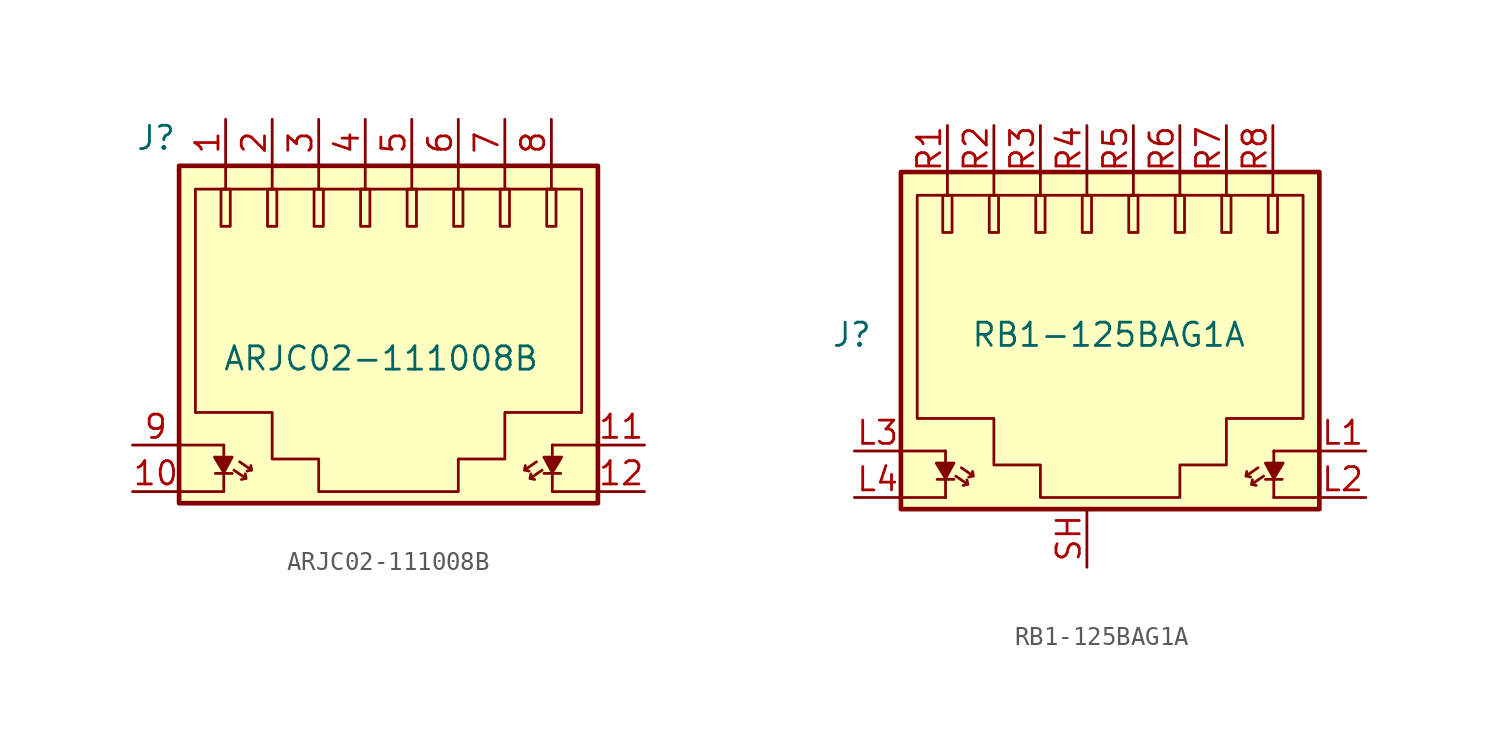
<source format=kicad_sym>
(kicad_symbol_lib
  (version 20220914)
  (generator kicad_symbol_editor)
  (symbol "ARJC02-111008B"
    (pin_names
      (offset 0.025))
    (property "Reference" "J"
      (at -10.287 9.144 0)
      (effects (font (size 1.27 1.27)) (justify right)))
    (property "Value" "ARJC02-111008B"
      (at 0.864 -2.896 0)
      (effects (font (size 1.27 1.27))))
    (symbol "ARJC02-111008B_0_1"
      (rectangle (start -10.16 7.62) (end 12.7 -10.795) (stroke (width 0.254) (type default)) (fill (type background)))
      (rectangle (start -7.874 6.35) (end -7.366 4.318) (stroke (width 0) (type default)) (fill (type none)))
      (rectangle (start -5.334 6.35) (end -4.826 4.318) (stroke (width 0) (type default)) (fill (type none)))
      (rectangle (start -2.794 6.35) (end -2.286 4.318) (stroke (width 0) (type default)) (fill (type none)))
      (rectangle (start -0.254 6.35) (end 0.254 4.318) (stroke (width 0) (type default)) (fill (type none)))
      (polyline (pts (xy -10.16 -10.16) (xy -7.722 -10.16)) (stroke (width 0) (type default)) (fill (type none)))
      (polyline (pts (xy -10.16 -7.62) (xy -7.722 -7.62)) (stroke (width 0) (type default)) (fill (type none)))
      (polyline (pts (xy -8.179 -9.169) (xy -7.264 -9.169)) (stroke (width 0) (type default)) (fill (type none)))
      (polyline (pts (xy -7.722 -9.22) (xy -7.722 -10.16)) (stroke (width 0) (type default)) (fill (type none)))
      (polyline (pts (xy -7.722 -8.28) (xy -7.722 -7.62)) (stroke (width 0) (type default)) (fill (type none)))
      (polyline (pts (xy -7.62 7.62) (xy -7.62 6.35)) (stroke (width 0) (type default)) (fill (type none)))
      (polyline (pts (xy -6.553 -9.449) (xy -6.756 -9.5)) (stroke (width 0) (type default)) (fill (type none)))
      (polyline (pts (xy -6.248 -8.992) (xy -6.452 -9.042)) (stroke (width 0) (type default)) (fill (type none)))
      (polyline (pts (xy -5.08 7.62) (xy -5.08 6.35)) (stroke (width 0) (type default)) (fill (type none)))
      (polyline (pts (xy -2.54 7.62) (xy -2.54 6.35)) (stroke (width 0) (type default)) (fill (type none)))
      (polyline (pts (xy 0 7.62) (xy 0 6.35)) (stroke (width 0) (type default)) (fill (type none)))
      (polyline (pts (xy 2.54 7.62) (xy 2.54 6.35)) (stroke (width 0) (type default)) (fill (type none)))
      (polyline (pts (xy 5.08 7.62) (xy 5.08 6.35)) (stroke (width 0) (type default)) (fill (type none)))
      (polyline (pts (xy 7.62 7.62) (xy 7.62 6.35)) (stroke (width 0) (type default)) (fill (type none)))
      (polyline (pts (xy 8.738 -8.992) (xy 8.941 -9.042)) (stroke (width 0) (type default)) (fill (type none)))
      (polyline (pts (xy 9.042 -9.449) (xy 9.246 -9.5)) (stroke (width 0) (type default)) (fill (type none)))
      (polyline (pts (xy 10.16 7.62) (xy 10.16 6.35)) (stroke (width 0) (type default)) (fill (type none)))
      (polyline (pts (xy 10.211 -9.22) (xy 10.211 -10.16)) (stroke (width 0) (type default)) (fill (type none)))
      (polyline (pts (xy 10.211 -8.28) (xy 10.211 -7.62)) (stroke (width 0) (type default)) (fill (type none)))
      (polyline (pts (xy 10.668 -9.169) (xy 9.754 -9.169)) (stroke (width 0) (type default)) (fill (type none)))
      (polyline (pts (xy 12.649 -10.16) (xy 10.211 -10.16)) (stroke (width 0) (type default)) (fill (type none)))
      (polyline (pts (xy 12.649 -7.62) (xy 10.211 -7.62)) (stroke (width 0) (type default)) (fill (type none)))
      (polyline (pts (xy -7.163 -8.992) (xy -6.502 -9.449) (xy -6.553 -9.195)) (stroke (width 0) (type default)) (fill (type none)))
      (polyline (pts (xy -6.858 -8.534) (xy -6.198 -8.992) (xy -6.248 -8.738)) (stroke (width 0) (type default)) (fill (type none)))
      (polyline (pts (xy 9.347 -8.534) (xy 8.687 -8.992) (xy 8.738 -8.738)) (stroke (width 0) (type default)) (fill (type none)))
      (polyline (pts (xy 9.652 -8.992) (xy 8.992 -9.449) (xy 9.042 -9.195)) (stroke (width 0) (type default)) (fill (type none)))
      (polyline (pts (xy -8.23 -8.28) (xy -7.264 -8.28) (xy -7.722 -9.119) (xy -8.23 -8.28)) (stroke (width 0) (type default)) (fill (type outline)))
      (polyline (pts (xy 10.719 -8.28) (xy 9.754 -8.28) (xy 10.211 -9.119) (xy 10.719 -8.28)) (stroke (width 0) (type default)) (fill (type outline)))
      (polyline (pts (xy -9.271 6.35) (xy 11.811 6.35) (xy 11.811 -5.842) (xy 7.62 -5.842) (xy 7.62 -8.382) (xy 5.08 -8.382) (xy 5.08 -10.16) (xy -2.54 -10.16) (xy -2.54 -8.382) (xy -5.08 -8.382) (xy -5.08 -5.842) (xy -9.271 -5.842) (xy -9.271 6.35)) (stroke (width 0) (type default)) (fill (type none)))
      (rectangle (start 2.286 6.35) (end 2.794 4.318) (stroke (width 0) (type default)) (fill (type none)))
      (rectangle (start 4.826 6.35) (end 5.334 4.318) (stroke (width 0) (type default)) (fill (type none)))
      (rectangle (start 7.366 6.35) (end 7.874 4.318) (stroke (width 0) (type default)) (fill (type none)))
      (rectangle (start 9.906 6.35) (end 10.414 4.318) (stroke (width 0) (type default)) (fill (type none))))
    (symbol "ARJC02-111008B_1_1"
      (pin passive line (at -7.62 10.16 270) (length 2.54) (name "~" (effects (font (size 1.27 1.27)))) (number "1" (effects (font (size 1.27 1.27)))))
      (pin passive line (at -12.7 -10.16 0) (length 2.54) (name "~" (effects (font (size 1.27 1.27)))) (number "10" (effects (font (size 1.27 1.27)))))
      (pin passive line (at 15.24 -7.62 180) (length 2.54) (name "~" (effects (font (size 1.27 1.27)))) (number "11" (effects (font (size 1.27 1.27)))))
      (pin passive line (at 15.24 -10.16 180) (length 2.54) (name "~" (effects (font (size 1.27 1.27)))) (number "12" (effects (font (size 1.27 1.27)))))
      (pin passive line (at -5.08 10.16 270) (length 2.54) (name "~" (effects (font (size 1.27 1.27)))) (number "2" (effects (font (size 1.27 1.27)))))
      (pin passive line (at -2.54 10.16 270) (length 2.54) (name "~" (effects (font (size 1.27 1.27)))) (number "3" (effects (font (size 1.27 1.27)))))
      (pin passive line (at 0 10.16 270) (length 2.54) (name "~" (effects (font (size 1.27 1.27)))) (number "4" (effects (font (size 1.27 1.27)))))
      (pin passive line (at 2.54 10.16 270) (length 2.54) (name "~" (effects (font (size 1.27 1.27)))) (number "5" (effects (font (size 1.27 1.27)))))
      (pin passive line (at 5.08 10.16 270) (length 2.54) (name "~" (effects (font (size 1.27 1.27)))) (number "6" (effects (font (size 1.27 1.27)))))
      (pin passive line (at 7.62 10.16 270) (length 2.54) (name "~" (effects (font (size 1.27 1.27)))) (number "7" (effects (font (size 1.27 1.27)))))
      (pin passive line (at 10.16 10.16 270) (length 2.54) (name "~" (effects (font (size 1.27 1.27)))) (number "8" (effects (font (size 1.27 1.27)))))
      (pin passive line (at -12.7 -7.62 0) (length 2.54) (name "~" (effects (font (size 1.27 1.27)))) (number "9" (effects (font (size 1.27 1.27)))))))
  (symbol "RB1-125BAG1A"
    (pin_names
      (offset 1.016))
    (property "Reference" "J"
      (at -13.97 1.27 0)
      (effects (font (size 1.27 1.27)) (justify left)))
    (property "Value" "RB1-125BAG1A"
      (at -6.35 1.27 0)
      (effects (font (size 1.27 1.27)) (justify left)))
    (symbol "RB1-125BAG1A_1_1"
      (rectangle (start -10.16 10.16) (end 12.7 -8.255) (stroke (width 0.254) (type default)) (fill (type background)))
      (rectangle (start -7.874 8.89) (end -7.366 6.858) (stroke (width 0) (type default)) (fill (type none)))
      (rectangle (start -5.334 8.89) (end -4.826 6.858) (stroke (width 0) (type default)) (fill (type none)))
      (rectangle (start -2.794 8.89) (end -2.286 6.858) (stroke (width 0) (type default)) (fill (type none)))
      (rectangle (start -0.254 8.89) (end 0.254 6.858) (stroke (width 0) (type default)) (fill (type none)))
      (polyline (pts (xy -10.16 -7.62) (xy -7.722 -7.62)) (stroke (width 0) (type default)) (fill (type none)))
      (polyline (pts (xy -10.16 -5.08) (xy -7.722 -5.08)) (stroke (width 0) (type default)) (fill (type none)))
      (polyline (pts (xy -8.179 -6.629) (xy -7.264 -6.629)) (stroke (width 0) (type default)) (fill (type none)))
      (polyline (pts (xy -7.722 -6.68) (xy -7.722 -7.62)) (stroke (width 0) (type default)) (fill (type none)))
      (polyline (pts (xy -7.722 -5.74) (xy -7.722 -5.08)) (stroke (width 0) (type default)) (fill (type none)))
      (polyline (pts (xy -7.62 10.16) (xy -7.62 8.89)) (stroke (width 0) (type default)) (fill (type none)))
      (polyline (pts (xy -6.553 -6.909) (xy -6.756 -6.96)) (stroke (width 0) (type default)) (fill (type none)))
      (polyline (pts (xy -6.248 -6.452) (xy -6.452 -6.502)) (stroke (width 0) (type default)) (fill (type none)))
      (polyline (pts (xy -5.08 10.16) (xy -5.08 8.89)) (stroke (width 0) (type default)) (fill (type none)))
      (polyline (pts (xy -2.54 10.16) (xy -2.54 8.89)) (stroke (width 0) (type default)) (fill (type none)))
      (polyline (pts (xy 0 10.16) (xy 0 8.89)) (stroke (width 0) (type default)) (fill (type none)))
      (polyline (pts (xy 2.54 10.16) (xy 2.54 8.89)) (stroke (width 0) (type default)) (fill (type none)))
      (polyline (pts (xy 5.08 10.16) (xy 5.08 8.89)) (stroke (width 0) (type default)) (fill (type none)))
      (polyline (pts (xy 7.62 10.16) (xy 7.62 8.89)) (stroke (width 0) (type default)) (fill (type none)))
      (polyline (pts (xy 8.738 -6.452) (xy 8.941 -6.502)) (stroke (width 0) (type default)) (fill (type none)))
      (polyline (pts (xy 9.042 -6.909) (xy 9.246 -6.96)) (stroke (width 0) (type default)) (fill (type none)))
      (polyline (pts (xy 10.16 10.16) (xy 10.16 8.89)) (stroke (width 0) (type default)) (fill (type none)))
      (polyline (pts (xy 10.211 -6.68) (xy 10.211 -7.62)) (stroke (width 0) (type default)) (fill (type none)))
      (polyline (pts (xy 10.211 -5.74) (xy 10.211 -5.08)) (stroke (width 0) (type default)) (fill (type none)))
      (polyline (pts (xy 10.668 -6.629) (xy 9.754 -6.629)) (stroke (width 0) (type default)) (fill (type none)))
      (polyline (pts (xy 12.649 -7.62) (xy 10.211 -7.62)) (stroke (width 0) (type default)) (fill (type none)))
      (polyline (pts (xy 12.649 -5.08) (xy 10.211 -5.08)) (stroke (width 0) (type default)) (fill (type none)))
      (polyline (pts (xy -7.163 -6.452) (xy -6.502 -6.909) (xy -6.553 -6.655)) (stroke (width 0) (type default)) (fill (type none)))
      (polyline (pts (xy -6.858 -5.994) (xy -6.198 -6.452) (xy -6.248 -6.198)) (stroke (width 0) (type default)) (fill (type none)))
      (polyline (pts (xy 9.347 -5.994) (xy 8.687 -6.452) (xy 8.738 -6.198)) (stroke (width 0) (type default)) (fill (type none)))
      (polyline (pts (xy 9.652 -6.452) (xy 8.992 -6.909) (xy 9.042 -6.655)) (stroke (width 0) (type default)) (fill (type none)))
      (polyline (pts (xy -8.23 -5.74) (xy -7.264 -5.74) (xy -7.722 -6.579) (xy -8.23 -5.74)) (stroke (width 0) (type default)) (fill (type outline)))
      (polyline (pts (xy 10.719 -5.74) (xy 9.754 -5.74) (xy 10.211 -6.579) (xy 10.719 -5.74)) (stroke (width 0) (type default)) (fill (type outline)))
      (polyline (pts (xy -9.271 8.89) (xy 11.811 8.89) (xy 11.811 -3.302) (xy 7.62 -3.302) (xy 7.62 -5.842) (xy 5.08 -5.842) (xy 5.08 -7.62) (xy -2.54 -7.62) (xy -2.54 -5.842) (xy -5.08 -5.842) (xy -5.08 -3.302) (xy -9.271 -3.302) (xy -9.271 8.89)) (stroke (width 0) (type default)) (fill (type none)))
      (rectangle (start 2.286 8.89) (end 2.794 6.858) (stroke (width 0) (type default)) (fill (type none)))
      (rectangle (start 4.826 8.89) (end 5.334 6.858) (stroke (width 0) (type default)) (fill (type none)))
      (rectangle (start 7.366 8.89) (end 7.874 6.858) (stroke (width 0) (type default)) (fill (type none)))
      (rectangle (start 9.906 8.89) (end 10.414 6.858) (stroke (width 0) (type default)) (fill (type none)))
      (pin passive line (at 15.24 -5.08 180) (length 2.54) (name "~" (effects (font (size 1.27 1.27)))) (number "L1" (effects (font (size 1.27 1.27)))))
      (pin passive line (at 15.24 -7.62 180) (length 2.54) (name "~" (effects (font (size 1.27 1.27)))) (number "L2" (effects (font (size 1.27 1.27)))))
      (pin passive line (at -12.7 -5.08 0) (length 2.54) (name "~" (effects (font (size 1.27 1.27)))) (number "L3" (effects (font (size 1.27 1.27)))))
      (pin passive line (at -12.7 -7.62 0) (length 2.54) (name "~" (effects (font (size 1.27 1.27)))) (number "L4" (effects (font (size 1.27 1.27)))))
      (pin passive line (at -7.62 12.7 270) (length 2.54) (name "~" (effects (font (size 1.27 1.27)))) (number "R1" (effects (font (size 1.27 1.27)))))
      (pin passive line (at -5.08 12.7 270) (length 2.54) (name "~" (effects (font (size 1.27 1.27)))) (number "R2" (effects (font (size 1.27 1.27)))))
      (pin passive line (at -2.54 12.7 270) (length 2.54) (name "~" (effects (font (size 1.27 1.27)))) (number "R3" (effects (font (size 1.27 1.27)))))
      (pin passive line (at 0 12.7 270) (length 2.54) (name "~" (effects (font (size 1.27 1.27)))) (number "R4" (effects (font (size 1.27 1.27)))))
      (pin passive line (at 2.54 12.7 270) (length 2.54) (name "~" (effects (font (size 1.27 1.27)))) (number "R5" (effects (font (size 1.27 1.27)))))
      (pin passive line (at 5.08 12.7 270) (length 2.54) (name "~" (effects (font (size 1.27 1.27)))) (number "R6" (effects (font (size 1.27 1.27)))))
      (pin passive line (at 7.62 12.7 270) (length 2.54) (name "~" (effects (font (size 1.27 1.27)))) (number "R7" (effects (font (size 1.27 1.27)))))
      (pin passive line (at 10.16 12.7 270) (length 2.54) (name "~" (effects (font (size 1.27 1.27)))) (number "R8" (effects (font (size 1.27 1.27)))))
      (pin passive line (at 0 -11.43 90) (length 3.175) (name "~" (effects (font (size 1.27 1.27)))) (number "SH" (effects (font (size 1.27 1.27))))))))
</source>
